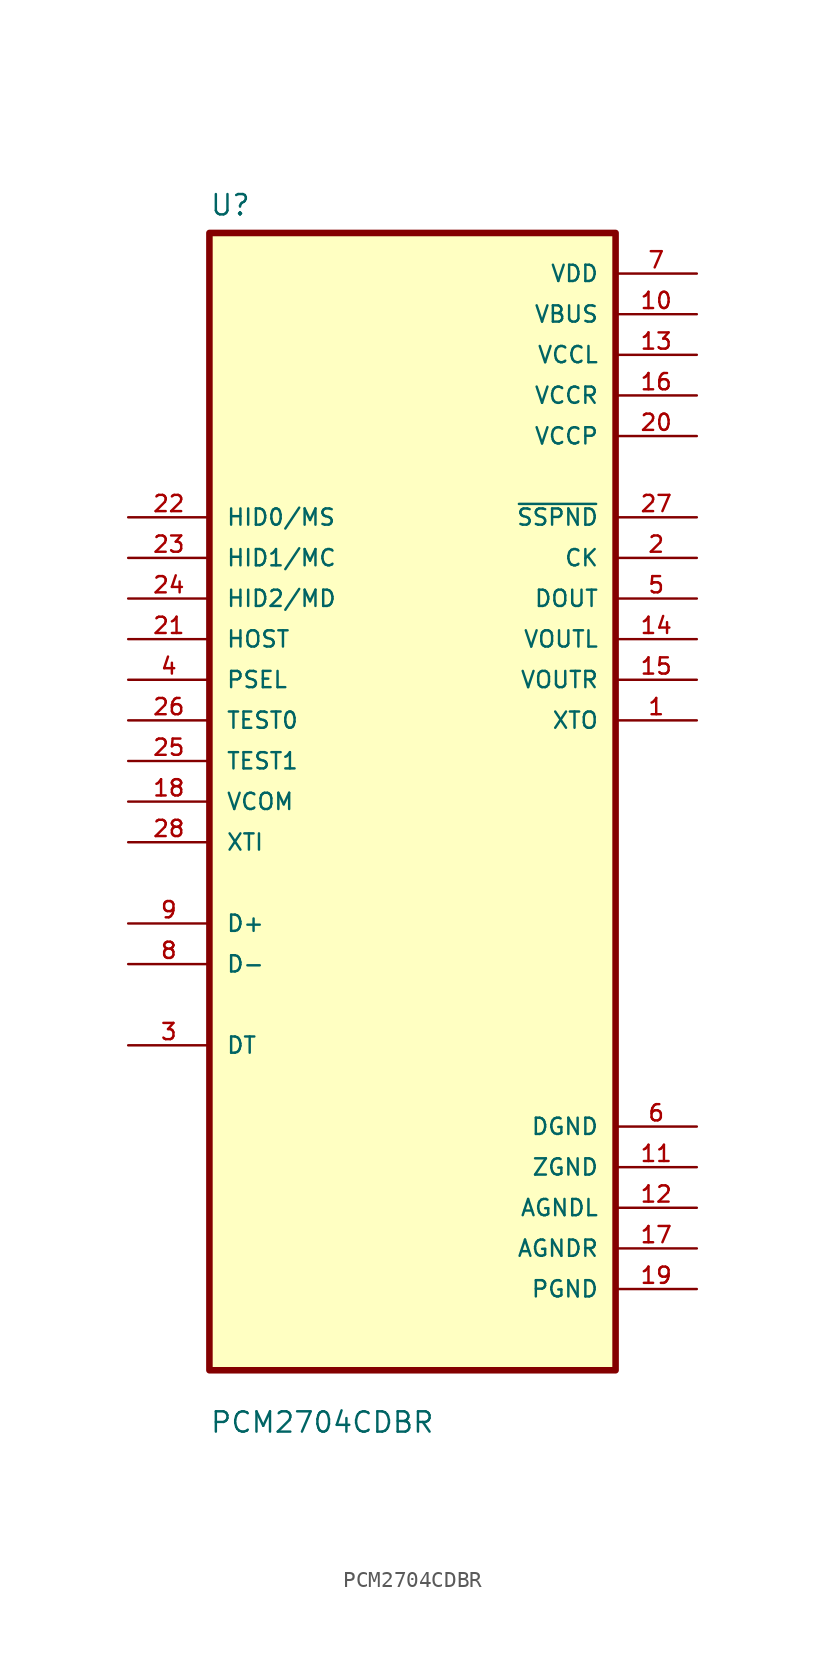
<source format=kicad_sym>
(kicad_symbol_lib
  (version 20211014)
  (generator kicad_symbol_editor)
  (symbol "PCM2704CDBR"
    (pin_names
      (offset 1.016))
    (property "Reference" "U"
      (at -12.7 36.56 0.0)
      (effects (font (size 1.27 1.27)) (justify bottom left)))
    (property "Value" "PCM2704CDBR"
      (at -12.7 -39.56 0.0)
      (effects (font (size 1.27 1.27)) (justify bottom left)))
    (symbol "PCM2704CDBR_0_0"
      (rectangle (start -12.7 -35.56) (end 12.7 35.56) (stroke (width 0.41)) (fill (type background)))
      (pin input line (at -17.78 17.78 0) (length 5.08) (name "HID0/MS" (effects (font (size 1.016 1.016)))) (number "22" (effects (font (size 1.016 1.016)))))
      (pin input line (at -17.78 15.24 0) (length 5.08) (name "HID1/MC" (effects (font (size 1.016 1.016)))) (number "23" (effects (font (size 1.016 1.016)))))
      (pin input line (at -17.78 12.7 0) (length 5.08) (name "HID2/MD" (effects (font (size 1.016 1.016)))) (number "24" (effects (font (size 1.016 1.016)))))
      (pin input line (at -17.78 10.16 0) (length 5.08) (name "HOST" (effects (font (size 1.016 1.016)))) (number "21" (effects (font (size 1.016 1.016)))))
      (pin input line (at -17.78 7.62 0) (length 5.08) (name "PSEL" (effects (font (size 1.016 1.016)))) (number "4" (effects (font (size 1.016 1.016)))))
      (pin input line (at -17.78 5.08 0) (length 5.08) (name "TEST0" (effects (font (size 1.016 1.016)))) (number "26" (effects (font (size 1.016 1.016)))))
      (pin input line (at -17.78 2.54 0) (length 5.08) (name "TEST1" (effects (font (size 1.016 1.016)))) (number "25" (effects (font (size 1.016 1.016)))))
      (pin input line (at -17.78 7.10543e-15 0) (length 5.08) (name "VCOM" (effects (font (size 1.016 1.016)))) (number "18" (effects (font (size 1.016 1.016)))))
      (pin input line (at -17.78 -2.54 0) (length 5.08) (name "XTI" (effects (font (size 1.016 1.016)))) (number "28" (effects (font (size 1.016 1.016)))))
      (pin bidirectional line (at -17.78 -7.62 0) (length 5.08) (name "D+" (effects (font (size 1.016 1.016)))) (number "9" (effects (font (size 1.016 1.016)))))
      (pin bidirectional line (at -17.78 -10.16 0) (length 5.08) (name "D-" (effects (font (size 1.016 1.016)))) (number "8" (effects (font (size 1.016 1.016)))))
      (pin bidirectional line (at -17.78 -15.24 0) (length 5.08) (name "DT" (effects (font (size 1.016 1.016)))) (number "3" (effects (font (size 1.016 1.016)))))
      (pin power_in line (at 17.78 33.02 180.0) (length 5.08) (name "VDD" (effects (font (size 1.016 1.016)))) (number "7" (effects (font (size 1.016 1.016)))))
      (pin power_in line (at 17.78 30.48 180.0) (length 5.08) (name "VBUS" (effects (font (size 1.016 1.016)))) (number "10" (effects (font (size 1.016 1.016)))))
      (pin power_in line (at 17.78 27.94 180.0) (length 5.08) (name "VCCL" (effects (font (size 1.016 1.016)))) (number "13" (effects (font (size 1.016 1.016)))))
      (pin power_in line (at 17.78 25.4 180.0) (length 5.08) (name "VCCR" (effects (font (size 1.016 1.016)))) (number "16" (effects (font (size 1.016 1.016)))))
      (pin power_in line (at 17.78 22.86 180.0) (length 5.08) (name "VCCP" (effects (font (size 1.016 1.016)))) (number "20" (effects (font (size 1.016 1.016)))))
      (pin output line (at 17.78 17.78 180.0) (length 5.08) (name "~{SSPND}" (effects (font (size 1.016 1.016)))) (number "27" (effects (font (size 1.016 1.016)))))
      (pin output line (at 17.78 15.24 180.0) (length 5.08) (name "CK" (effects (font (size 1.016 1.016)))) (number "2" (effects (font (size 1.016 1.016)))))
      (pin output line (at 17.78 12.7 180.0) (length 5.08) (name "DOUT" (effects (font (size 1.016 1.016)))) (number "5" (effects (font (size 1.016 1.016)))))
      (pin output line (at 17.78 10.16 180.0) (length 5.08) (name "VOUTL" (effects (font (size 1.016 1.016)))) (number "14" (effects (font (size 1.016 1.016)))))
      (pin output line (at 17.78 7.62 180.0) (length 5.08) (name "VOUTR" (effects (font (size 1.016 1.016)))) (number "15" (effects (font (size 1.016 1.016)))))
      (pin output line (at 17.78 5.08 180.0) (length 5.08) (name "XTO" (effects (font (size 1.016 1.016)))) (number "1" (effects (font (size 1.016 1.016)))))
      (pin power_in line (at 17.78 -20.32 180.0) (length 5.08) (name "DGND" (effects (font (size 1.016 1.016)))) (number "6" (effects (font (size 1.016 1.016)))))
      (pin power_in line (at 17.78 -22.86 180.0) (length 5.08) (name "ZGND" (effects (font (size 1.016 1.016)))) (number "11" (effects (font (size 1.016 1.016)))))
      (pin power_in line (at 17.78 -25.4 180.0) (length 5.08) (name "AGNDL" (effects (font (size 1.016 1.016)))) (number "12" (effects (font (size 1.016 1.016)))))
      (pin power_in line (at 17.78 -27.94 180.0) (length 5.08) (name "AGNDR" (effects (font (size 1.016 1.016)))) (number "17" (effects (font (size 1.016 1.016)))))
      (pin power_in line (at 17.78 -30.48 180.0) (length 5.08) (name "PGND" (effects (font (size 1.016 1.016)))) (number "19" (effects (font (size 1.016 1.016))))))))
</source>
